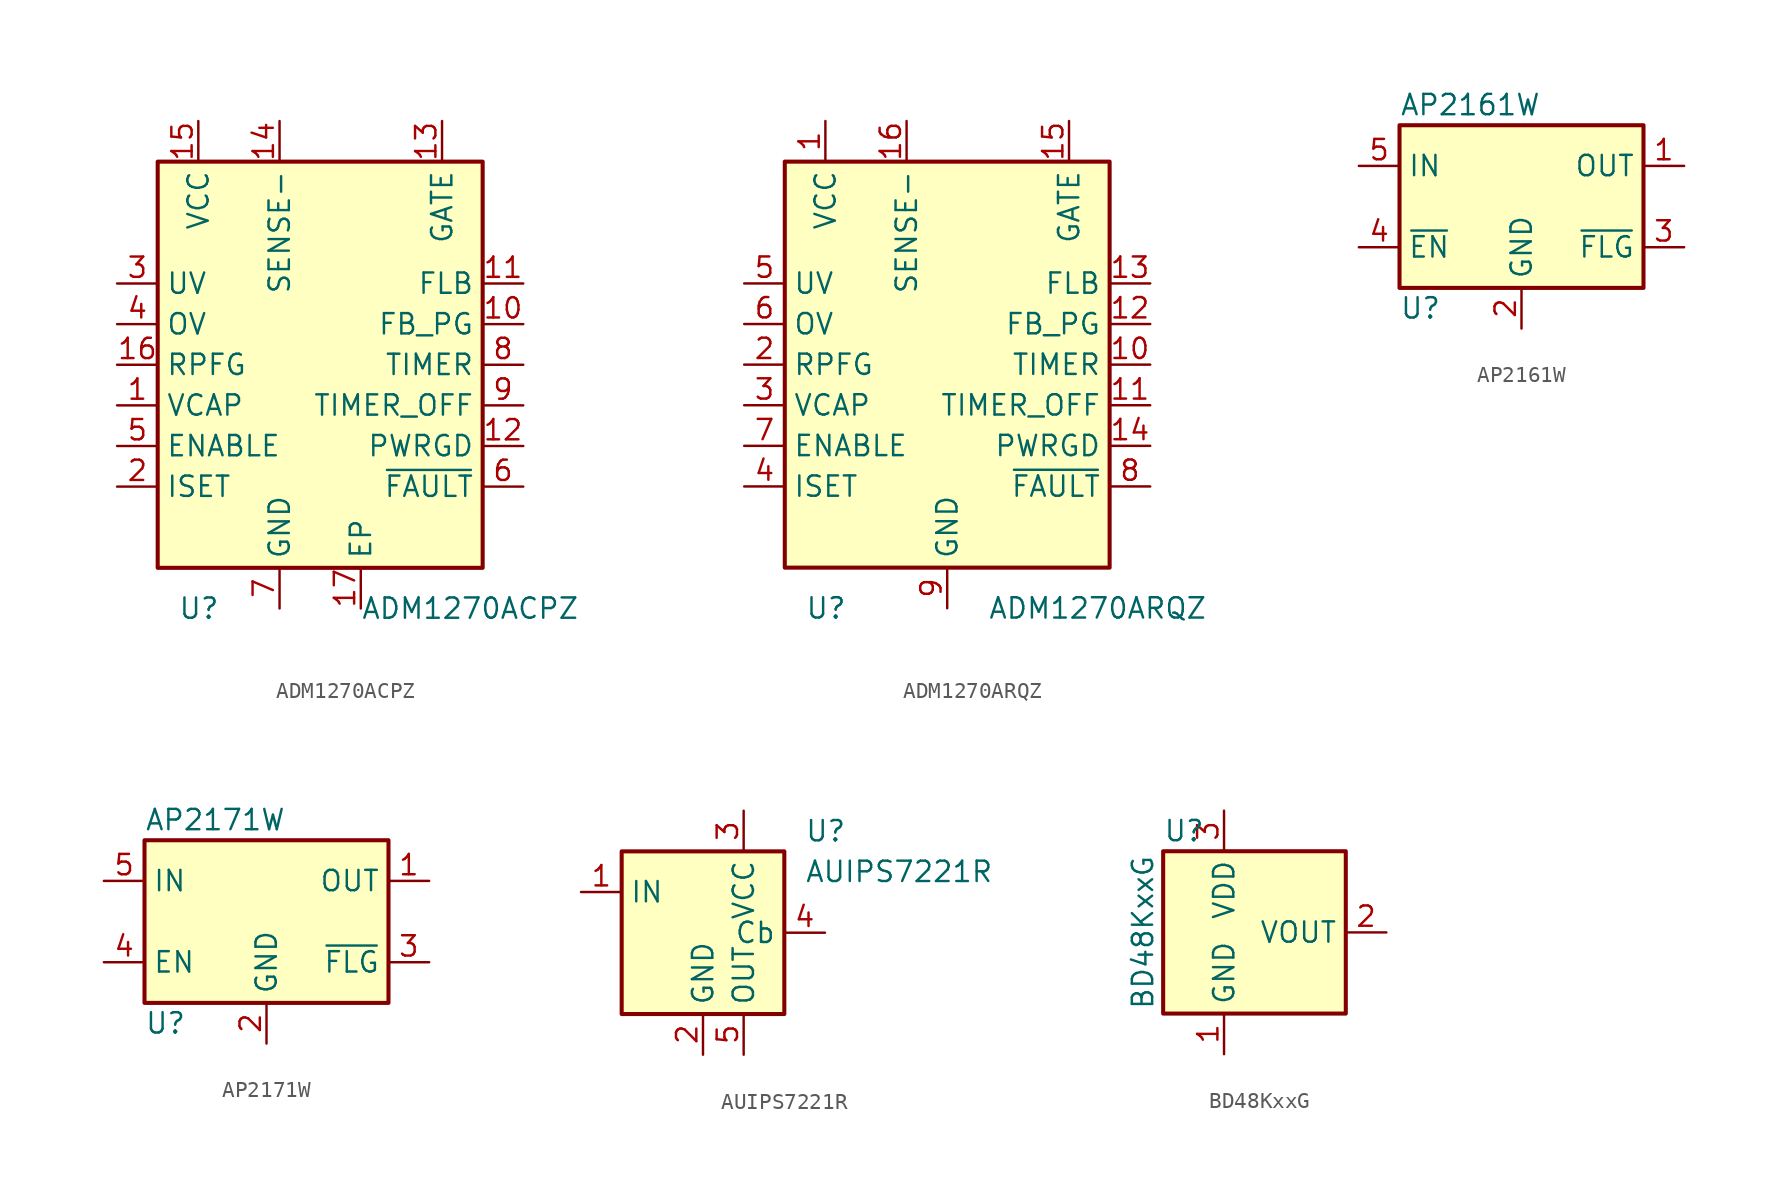
<source format=kicad_sym>
(kicad_symbol_lib
  (version 20241209)
  (generator "kicad_symbol_editor")
  (generator_version "9.0")
  (symbol "ADM1270ACPZ"
    (property "Reference" "U"
      (at -8.89 -15.24 0)
      (effects (font (size 1.27 1.27)) (justify left)))
    (property "Value" "ADM1270ACPZ"
      (at 2.54 -15.24 0)
      (effects (font (size 1.27 1.27)) (justify left)))
    (symbol "ADM1270ACPZ_0_1"
      (rectangle (start -10.16 12.7) (end 10.16 -12.7) (stroke (width 0.254) (type default)) (fill (type background))))
    (symbol "ADM1270ACPZ_1_0"
      (pin power_in line (at -2.54 -15.24 90) (length 2.54) (name "GND" (effects (font (size 1.27 1.27)))) (number "7" (effects (font (size 1.27 1.27)))))
      (pin passive line (at 2.54 -15.24 90) (length 2.54) (name "EP" (effects (font (size 1.27 1.27)))) (number "17" (effects (font (size 1.27 1.27))))))
    (symbol "ADM1270ACPZ_1_1"
      (pin input line (at -12.7 5.08 0) (length 2.54) (name "UV" (effects (font (size 1.27 1.27)))) (number "3" (effects (font (size 1.27 1.27)))))
      (pin input line (at -12.7 2.54 0) (length 2.54) (name "OV" (effects (font (size 1.27 1.27)))) (number "4" (effects (font (size 1.27 1.27)))))
      (pin output line (at -12.7 0 0) (length 2.54) (name "RPFG" (effects (font (size 1.27 1.27)))) (number "16" (effects (font (size 1.27 1.27)))))
      (pin power_out line (at -12.7 -2.54 0) (length 2.54) (name "VCAP" (effects (font (size 1.27 1.27)))) (number "1" (effects (font (size 1.27 1.27)))))
      (pin input line (at -12.7 -5.08 0) (length 2.54) (name "ENABLE" (effects (font (size 1.27 1.27)))) (number "5" (effects (font (size 1.27 1.27)))))
      (pin input line (at -12.7 -7.62 0) (length 2.54) (name "ISET" (effects (font (size 1.27 1.27)))) (number "2" (effects (font (size 1.27 1.27)))))
      (pin power_in line (at -7.62 15.24 270) (length 2.54) (name "VCC" (effects (font (size 1.27 1.27)))) (number "15" (effects (font (size 1.27 1.27)))))
      (pin input line (at -2.54 15.24 270) (length 2.54) (name "SENSE-" (effects (font (size 1.27 1.27)))) (number "14" (effects (font (size 1.27 1.27)))))
      (pin output line (at 7.62 15.24 270) (length 2.54) (name "GATE" (effects (font (size 1.27 1.27)))) (number "13" (effects (font (size 1.27 1.27)))))
      (pin input line (at 12.7 5.08 180) (length 2.54) (name "FLB" (effects (font (size 1.27 1.27)))) (number "11" (effects (font (size 1.27 1.27)))))
      (pin input line (at 12.7 2.54 180) (length 2.54) (name "FB_PG" (effects (font (size 1.27 1.27)))) (number "10" (effects (font (size 1.27 1.27)))))
      (pin input line (at 12.7 0 180) (length 2.54) (name "TIMER" (effects (font (size 1.27 1.27)))) (number "8" (effects (font (size 1.27 1.27)))))
      (pin input line (at 12.7 -2.54 180) (length 2.54) (name "TIMER_OFF" (effects (font (size 1.27 1.27)))) (number "9" (effects (font (size 1.27 1.27)))))
      (pin open_collector line (at 12.7 -5.08 180) (length 2.54) (name "PWRGD" (effects (font (size 1.27 1.27)))) (number "12" (effects (font (size 1.27 1.27)))))
      (pin open_collector line (at 12.7 -7.62 180) (length 2.54) (name "~{FAULT}" (effects (font (size 1.27 1.27)))) (number "6" (effects (font (size 1.27 1.27)))))))
  (symbol "ADM1270ARQZ"
    (property "Reference" "U"
      (at -8.89 -15.24 0)
      (effects (font (size 1.27 1.27)) (justify left)))
    (property "Value" "ADM1270ARQZ"
      (at 2.54 -15.24 0)
      (effects (font (size 1.27 1.27)) (justify left)))
    (symbol "ADM1270ARQZ_0_1"
      (rectangle (start -10.16 12.7) (end 10.16 -12.7) (stroke (width 0.254) (type default)) (fill (type background))))
    (symbol "ADM1270ARQZ_1_0"
      (pin power_in line (at 0 -15.24 90) (length 2.54) (name "GND" (effects (font (size 1.27 1.27)))) (number "9" (effects (font (size 1.27 1.27))))))
    (symbol "ADM1270ARQZ_1_1"
      (pin input line (at -12.7 5.08 0) (length 2.54) (name "UV" (effects (font (size 1.27 1.27)))) (number "5" (effects (font (size 1.27 1.27)))))
      (pin input line (at -12.7 2.54 0) (length 2.54) (name "OV" (effects (font (size 1.27 1.27)))) (number "6" (effects (font (size 1.27 1.27)))))
      (pin input line (at -12.7 0 0) (length 2.54) (name "RPFG" (effects (font (size 1.27 1.27)))) (number "2" (effects (font (size 1.27 1.27)))))
      (pin power_out line (at -12.7 -2.54 0) (length 2.54) (name "VCAP" (effects (font (size 1.27 1.27)))) (number "3" (effects (font (size 1.27 1.27)))))
      (pin input line (at -12.7 -5.08 0) (length 2.54) (name "ENABLE" (effects (font (size 1.27 1.27)))) (number "7" (effects (font (size 1.27 1.27)))))
      (pin input line (at -12.7 -7.62 0) (length 2.54) (name "ISET" (effects (font (size 1.27 1.27)))) (number "4" (effects (font (size 1.27 1.27)))))
      (pin power_in line (at -7.62 15.24 270) (length 2.54) (name "VCC" (effects (font (size 1.27 1.27)))) (number "1" (effects (font (size 1.27 1.27)))))
      (pin input line (at -2.54 15.24 270) (length 2.54) (name "SENSE-" (effects (font (size 1.27 1.27)))) (number "16" (effects (font (size 1.27 1.27)))))
      (pin output line (at 7.62 15.24 270) (length 2.54) (name "GATE" (effects (font (size 1.27 1.27)))) (number "15" (effects (font (size 1.27 1.27)))))
      (pin input line (at 12.7 5.08 180) (length 2.54) (name "FLB" (effects (font (size 1.27 1.27)))) (number "13" (effects (font (size 1.27 1.27)))))
      (pin input line (at 12.7 2.54 180) (length 2.54) (name "FB_PG" (effects (font (size 1.27 1.27)))) (number "12" (effects (font (size 1.27 1.27)))))
      (pin input line (at 12.7 0 180) (length 2.54) (name "TIMER" (effects (font (size 1.27 1.27)))) (number "10" (effects (font (size 1.27 1.27)))))
      (pin input line (at 12.7 -2.54 180) (length 2.54) (name "TIMER_OFF" (effects (font (size 1.27 1.27)))) (number "11" (effects (font (size 1.27 1.27)))))
      (pin open_collector line (at 12.7 -5.08 180) (length 2.54) (name "PWRGD" (effects (font (size 1.27 1.27)))) (number "14" (effects (font (size 1.27 1.27)))))
      (pin open_collector line (at 12.7 -7.62 180) (length 2.54) (name "~{FAULT}" (effects (font (size 1.27 1.27)))) (number "8" (effects (font (size 1.27 1.27)))))))
  (symbol "AP2161W"
    (property "Reference" "U"
      (at -7.62 -6.35 0)
      (effects (font (size 1.27 1.27)) (justify left)))
    (property "Value" "AP2161W"
      (at -7.62 6.35 0)
      (effects (font (size 1.27 1.27)) (justify left)))
    (symbol "AP2161W_0_1"
      (rectangle (start -7.62 5.08) (end 7.62 -5.08) (stroke (width 0.254) (type default)) (fill (type background))))
    (symbol "AP2161W_1_1"
      (pin power_in line (at -10.16 2.54 0) (length 2.54) (name "IN" (effects (font (size 1.27 1.27)))) (number "5" (effects (font (size 1.27 1.27)))))
      (pin input line (at -10.16 -2.54 0) (length 2.54) (name "~{EN}" (effects (font (size 1.27 1.27)))) (number "4" (effects (font (size 1.27 1.27)))))
      (pin power_in line (at 0 -7.62 90) (length 2.54) (name "GND" (effects (font (size 1.27 1.27)))) (number "2" (effects (font (size 1.27 1.27)))))
      (pin power_out line (at 10.16 2.54 180) (length 2.54) (name "OUT" (effects (font (size 1.27 1.27)))) (number "1" (effects (font (size 1.27 1.27)))))
      (pin open_collector line (at 10.16 -2.54 180) (length 2.54) (name "~{FLG}" (effects (font (size 1.27 1.27)))) (number "3" (effects (font (size 1.27 1.27)))))))
  (symbol "AP2171W"
    (property "Reference" "U"
      (at -7.62 -6.35 0)
      (effects (font (size 1.27 1.27)) (justify left)))
    (property "Value" "AP2171W"
      (at -7.62 6.35 0)
      (effects (font (size 1.27 1.27)) (justify left)))
    (symbol "AP2171W_0_1"
      (rectangle (start -7.62 5.08) (end 7.62 -5.08) (stroke (width 0.254) (type default)) (fill (type background))))
    (symbol "AP2171W_1_1"
      (pin power_in line (at -10.16 2.54 0) (length 2.54) (name "IN" (effects (font (size 1.27 1.27)))) (number "5" (effects (font (size 1.27 1.27)))))
      (pin input line (at -10.16 -2.54 0) (length 2.54) (name "EN" (effects (font (size 1.27 1.27)))) (number "4" (effects (font (size 1.27 1.27)))))
      (pin power_in line (at 0 -7.62 90) (length 2.54) (name "GND" (effects (font (size 1.27 1.27)))) (number "2" (effects (font (size 1.27 1.27)))))
      (pin power_out line (at 10.16 2.54 180) (length 2.54) (name "OUT" (effects (font (size 1.27 1.27)))) (number "1" (effects (font (size 1.27 1.27)))))
      (pin open_collector line (at 10.16 -2.54 180) (length 2.54) (name "~{FLG}" (effects (font (size 1.27 1.27)))) (number "3" (effects (font (size 1.27 1.27)))))))
  (symbol "AUIPS7221R"
    (property "Reference" "U"
      (at 3.81 6.35 0)
      (effects (font (size 1.27 1.27)) (justify left)))
    (property "Value" "AUIPS7221R"
      (at 3.81 3.81 0)
      (effects (font (size 1.27 1.27)) (justify left)))
    (symbol "AUIPS7221R_0_1"
      (rectangle (start -7.62 5.08) (end 2.54 -5.08) (stroke (width 0.254) (type default)) (fill (type background))))
    (symbol "AUIPS7221R_1_1"
      (pin input line (at -10.16 2.54 0) (length 2.54) (name "IN" (effects (font (size 1.27 1.27)))) (number "1" (effects (font (size 1.27 1.27)))))
      (pin power_in line (at -2.54 -7.62 90) (length 2.54) (name "GND" (effects (font (size 1.27 1.27)))) (number "2" (effects (font (size 1.27 1.27)))))
      (pin power_in line (at 0 7.62 270) (length 2.54) (name "VCC" (effects (font (size 1.27 1.27)))) (number "3" (effects (font (size 1.27 1.27)))))
      (pin power_out line (at 0 -7.62 90) (length 2.54) (name "OUT" (effects (font (size 1.27 1.27)))) (number "5" (effects (font (size 1.27 1.27)))))
      (pin passive line (at 5.08 0 180) (length 2.54) (name "Cb" (effects (font (size 1.27 1.27)))) (number "4" (effects (font (size 1.27 1.27)))))))
  (symbol "BD48KxxG"
    (property "Reference" "U"
      (at -3.81 6.35 0)
      (effects (font (size 1.27 1.27)) (justify left)))
    (property "Value" "BD48KxxG"
      (at -5.08 0 90)
      (effects (font (size 1.27 1.27))))
    (symbol "BD48KxxG_1_1"
      (rectangle (start -3.81 5.08) (end 7.62 -5.08) (stroke (width 0.254) (type default)) (fill (type background)))
      (pin power_in line (at 0 7.62 270) (length 2.54) (name "VDD" (effects (font (size 1.27 1.27)))) (number "3" (effects (font (size 1.27 1.27)))))
      (pin power_in line (at 0 -7.62 90) (length 2.54) (name "GND" (effects (font (size 1.27 1.27)))) (number "1" (effects (font (size 1.27 1.27)))))
      (pin output line (at 10.16 0 180) (length 2.54) (name "VOUT" (effects (font (size 1.27 1.27)))) (number "2" (effects (font (size 1.27 1.27))))))))
</source>
